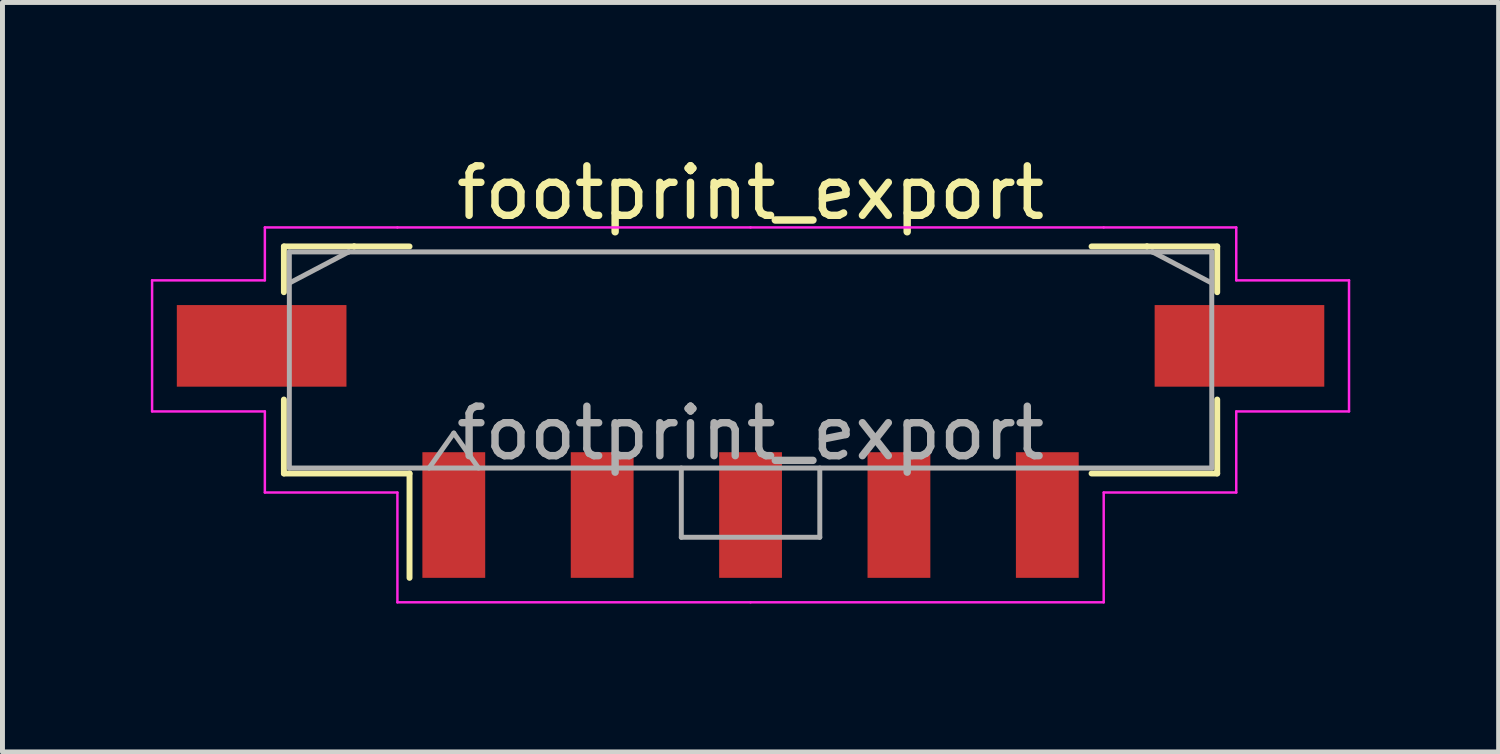
<source format=kicad_pcb>
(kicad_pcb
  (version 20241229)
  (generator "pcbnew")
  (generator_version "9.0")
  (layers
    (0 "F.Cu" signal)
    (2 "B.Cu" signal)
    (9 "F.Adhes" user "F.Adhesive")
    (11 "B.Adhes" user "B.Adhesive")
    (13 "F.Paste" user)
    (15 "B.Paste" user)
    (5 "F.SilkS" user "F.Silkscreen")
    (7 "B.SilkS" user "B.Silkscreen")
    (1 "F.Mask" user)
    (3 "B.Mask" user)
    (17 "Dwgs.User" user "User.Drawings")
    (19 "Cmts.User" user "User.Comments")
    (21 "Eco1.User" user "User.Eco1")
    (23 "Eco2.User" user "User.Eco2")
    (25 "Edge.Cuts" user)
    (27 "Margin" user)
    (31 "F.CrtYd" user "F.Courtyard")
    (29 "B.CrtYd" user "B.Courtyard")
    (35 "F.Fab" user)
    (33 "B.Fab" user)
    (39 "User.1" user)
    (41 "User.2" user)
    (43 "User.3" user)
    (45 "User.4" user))
  (footprint "footprint_export"
    (layer "F.Cu")
    (at 12.125 4.228)
    (property "Reference" "footprint_export" (at 0 -3.38 0) (layer "F.SilkS") (effects (font (size 1 1) (thickness 0.15))))
    (attr smd)
    (fp_line (start -9.435 -2.295) (end -8.015 -2.295) (stroke (width 0.12) (type solid)) (layer "F.SilkS"))
    (fp_line (start -9.435 -1.37) (end -9.435 -2.295) (stroke (width 0.12) (type solid)) (layer "F.SilkS"))
    (fp_line (start -9.435 0.8) (end -9.435 2.295) (stroke (width 0.12) (type solid)) (layer "F.SilkS"))
    (fp_line (start -9.435 2.295) (end -6.895 2.295) (stroke (width 0.12) (type solid)) (layer "F.SilkS"))
    (fp_line (start -8.015 -2.295) (end -8.015 -2.295) (stroke (width 0.12) (type solid)) (layer "F.SilkS"))
    (fp_line (start -8.015 -2.295) (end -6.895 -2.295) (stroke (width 0.12) (type solid)) (layer "F.SilkS"))
    (fp_line (start -6.895 2.295) (end -6.895 4.405) (stroke (width 0.12) (type solid)) (layer "F.SilkS"))
    (fp_line (start 8.015 -2.295) (end 6.895 -2.295) (stroke (width 0.12) (type solid)) (layer "F.SilkS"))
    (fp_line (start 8.015 -2.295) (end 8.015 -2.295) (stroke (width 0.12) (type solid)) (layer "F.SilkS"))
    (fp_line (start 9.435 -2.295) (end 8.015 -2.295) (stroke (width 0.12) (type solid)) (layer "F.SilkS"))
    (fp_line (start 9.435 -1.37) (end 9.435 -2.295) (stroke (width 0.12) (type solid)) (layer "F.SilkS"))
    (fp_line (start 9.435 0.8) (end 9.435 2.295) (stroke (width 0.12) (type solid)) (layer "F.SilkS"))
    (fp_line (start 9.435 2.295) (end 6.895 2.295) (stroke (width 0.12) (type solid)) (layer "F.SilkS"))
    (fp_line (start -12.1 -1.61) (end -12.1 1.04) (stroke (width 0.05) (type solid)) (layer "F.CrtYd"))
    (fp_line (start -12.1 1.04) (end -9.82 1.04) (stroke (width 0.05) (type solid)) (layer "F.CrtYd"))
    (fp_line (start -9.82 -2.68) (end -9.82 -1.61) (stroke (width 0.05) (type solid)) (layer "F.CrtYd"))
    (fp_line (start -9.82 -1.61) (end -12.1 -1.61) (stroke (width 0.05) (type solid)) (layer "F.CrtYd"))
    (fp_line (start -9.82 1.04) (end -9.82 2.68) (stroke (width 0.05) (type solid)) (layer "F.CrtYd"))
    (fp_line (start -9.82 2.68) (end -7.14 2.68) (stroke (width 0.05) (type solid)) (layer "F.CrtYd"))
    (fp_line (start -7.14 -2.68) (end -9.82 -2.68) (stroke (width 0.05) (type solid)) (layer "F.CrtYd"))
    (fp_line (start -7.14 2.68) (end -7.14 4.9) (stroke (width 0.05) (type solid)) (layer "F.CrtYd"))
    (fp_line (start -7.14 4.9) (end 0 4.9) (stroke (width 0.05) (type solid)) (layer "F.CrtYd"))
    (fp_line (start 0 -2.68) (end -7.14 -2.68) (stroke (width 0.05) (type solid)) (layer "F.CrtYd"))
    (fp_line (start 0 -2.68) (end 7.14 -2.68) (stroke (width 0.05) (type solid)) (layer "F.CrtYd"))
    (fp_line (start 7.14 -2.68) (end 9.82 -2.68) (stroke (width 0.05) (type solid)) (layer "F.CrtYd"))
    (fp_line (start 7.14 2.68) (end 7.14 4.9) (stroke (width 0.05) (type solid)) (layer "F.CrtYd"))
    (fp_line (start 7.14 4.9) (end 0 4.9) (stroke (width 0.05) (type solid)) (layer "F.CrtYd"))
    (fp_line (start 9.82 -2.68) (end 9.82 -1.61) (stroke (width 0.05) (type solid)) (layer "F.CrtYd"))
    (fp_line (start 9.82 -1.61) (end 12.1 -1.61) (stroke (width 0.05) (type solid)) (layer "F.CrtYd"))
    (fp_line (start 9.82 1.04) (end 9.82 2.68) (stroke (width 0.05) (type solid)) (layer "F.CrtYd"))
    (fp_line (start 9.82 2.68) (end 7.14 2.68) (stroke (width 0.05) (type solid)) (layer "F.CrtYd"))
    (fp_line (start 12.1 -1.61) (end 12.1 1.04) (stroke (width 0.05) (type solid)) (layer "F.CrtYd"))
    (fp_line (start 12.1 1.04) (end 9.82 1.04) (stroke (width 0.05) (type solid)) (layer "F.CrtYd"))
    (fp_line (start -9.325 -2.185) (end -9.325 2.185) (stroke (width 0.1) (type solid)) (layer "F.Fab"))
    (fp_line (start -9.325 -1.555) (end -8.125 -2.185) (stroke (width 0.1) (type solid)) (layer "F.Fab"))
    (fp_line (start -9.325 2.185) (end 9.325 2.185) (stroke (width 0.1) (type solid)) (layer "F.Fab"))
    (fp_line (start -8.125 -2.185) (end -9.325 -2.185) (stroke (width 0.1) (type solid)) (layer "F.Fab"))
    (fp_line (start -8.125 -2.185) (end -8.125 -2.185) (stroke (width 0.1) (type solid)) (layer "F.Fab"))
    (fp_line (start -6.5 2.185) (end -6 1.478) (stroke (width 0.1) (type solid)) (layer "F.Fab"))
    (fp_line (start -6 1.478) (end -5.5 2.185) (stroke (width 0.1) (type solid)) (layer "F.Fab"))
    (fp_line (start -1.4 2.185) (end -1.4 3.585) (stroke (width 0.1) (type solid)) (layer "F.Fab"))
    (fp_line (start -1.4 3.585) (end 1.4 3.585) (stroke (width 0.1) (type solid)) (layer "F.Fab"))
    (fp_line (start 1.4 3.585) (end 1.4 2.185) (stroke (width 0.1) (type solid)) (layer "F.Fab"))
    (fp_line (start 8.125 -2.185) (end -8.125 -2.185) (stroke (width 0.1) (type solid)) (layer "F.Fab"))
    (fp_line (start 8.125 -2.185) (end 8.125 -2.185) (stroke (width 0.1) (type solid)) (layer "F.Fab"))
    (fp_line (start 9.325 -2.185) (end 8.125 -2.185) (stroke (width 0.1) (type solid)) (layer "F.Fab"))
    (fp_line (start 9.325 -1.555) (end 8.125 -2.185) (stroke (width 0.1) (type solid)) (layer "F.Fab"))
    (fp_line (start 9.325 2.185) (end 9.325 -2.185) (stroke (width 0.1) (type solid)) (layer "F.Fab"))
    (fp_text user "${REFERENCE}" (at 0 1.48 0) (layer "F.Fab") (effects (font (size 1 1) (thickness 0.15))))
    (pad "1" smd rect (at -6 3.135) (size 1.27 2.54) (layers "F.Cu" "F.Mask" "F.Paste"))
    (pad "2" smd rect (at -3 3.135) (size 1.27 2.54) (layers "F.Cu" "F.Mask" "F.Paste"))
    (pad "3" smd rect (at 0 3.135) (size 1.27 2.54) (layers "F.Cu" "F.Mask" "F.Paste"))
    (pad "4" smd rect (at 3 3.135) (size 1.27 2.54) (layers "F.Cu" "F.Mask" "F.Paste"))
    (pad "5" smd rect (at 6 3.135) (size 1.27 2.54) (layers "F.Cu" "F.Mask" "F.Paste"))
    (pad "MP" smd rect (at -9.885 -0.285) (size 3.43 1.65) (layers "F.Cu" "F.Mask" "F.Paste"))
    (pad "MP" smd rect (at 9.885 -0.285) (size 3.43 1.65) (layers "F.Cu" "F.Mask" "F.Paste")))
  (gr_rect
    (start -3 -3)
    (end 27.25 12.153)
    (stroke (width 0.1) (type default))
    (fill no)
    (layer "Edge.Cuts")))
</source>
